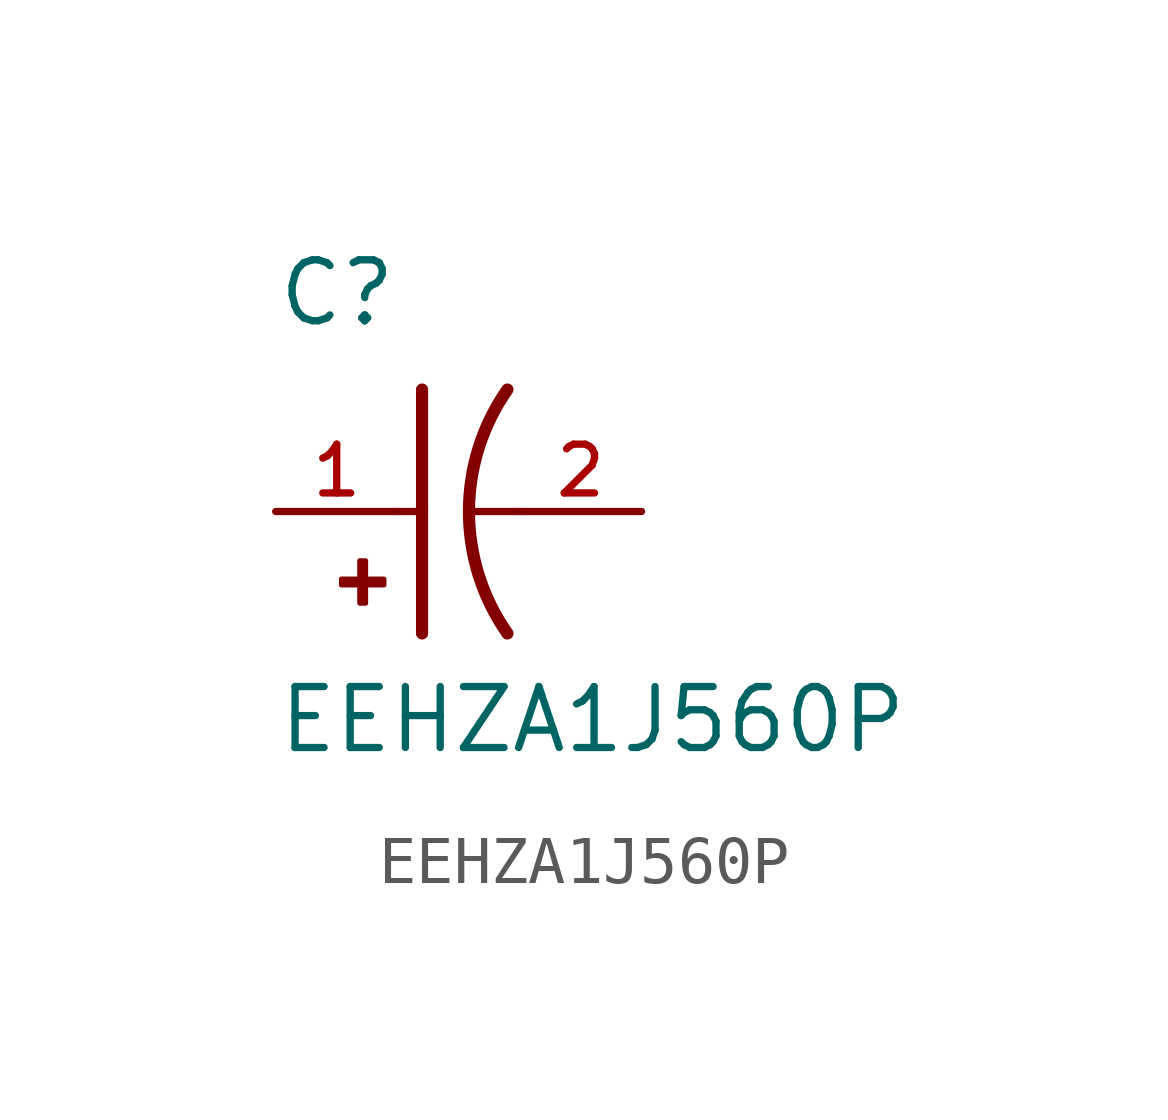
<source format=kicad_sym>
(kicad_symbol_lib
  (version 20211014)
  (generator kicad_symbol_editor)
  (symbol "EEHZA1J560P"
    (pin_names
      (offset 1.016))
    (property "Reference" "C"
      (at -2.54 3.81 0)
      (effects (font (size 1.27 1.27)) (justify bottom left)))
    (property "Value" "EEHZA1J560P"
      (at -2.54 -5.08 0)
      (effects (font (size 1.27 1.27)) (justify bottom left)))
    (symbol "EEHZA1J560P_0_0"
      (arc (start 2.286 -2.54) (mid 1.4851 -0.0) (end 2.286 2.54) (stroke (width 0.254) (type default) (color 0 0 0 0)) (fill (type none)))
      (polyline (pts (xy 0.508 2.54) (xy 0.508 0.0)) (stroke (width 0.254)))
      (rectangle (start -1.173 -1.532) (end -0.284 -1.405) (stroke (width 0.1)) (fill (type outline)))
      (rectangle (start -0.792 -1.913) (end -0.665 -1.024) (stroke (width 0.1)) (fill (type outline)))
      (polyline (pts (xy 0.508 0.0) (xy 0.508 -2.54)) (stroke (width 0.254)))
      (polyline (pts (xy 0.0 0.0) (xy 0.508 0.0)) (stroke (width 0.152)))
      (polyline (pts (xy 2.54 0.0) (xy 1.524 0.0)) (stroke (width 0.152)))
      (pin passive line (at -2.54 0.0 0) (length 2.54) (name "~" (effects (font (size 1.016 1.016)))) (number "1" (effects (font (size 1.016 1.016)))))
      (pin passive line (at 5.08 0.0 180.0) (length 2.54) (name "~" (effects (font (size 1.016 1.016)))) (number "2" (effects (font (size 1.016 1.016))))))))
</source>
